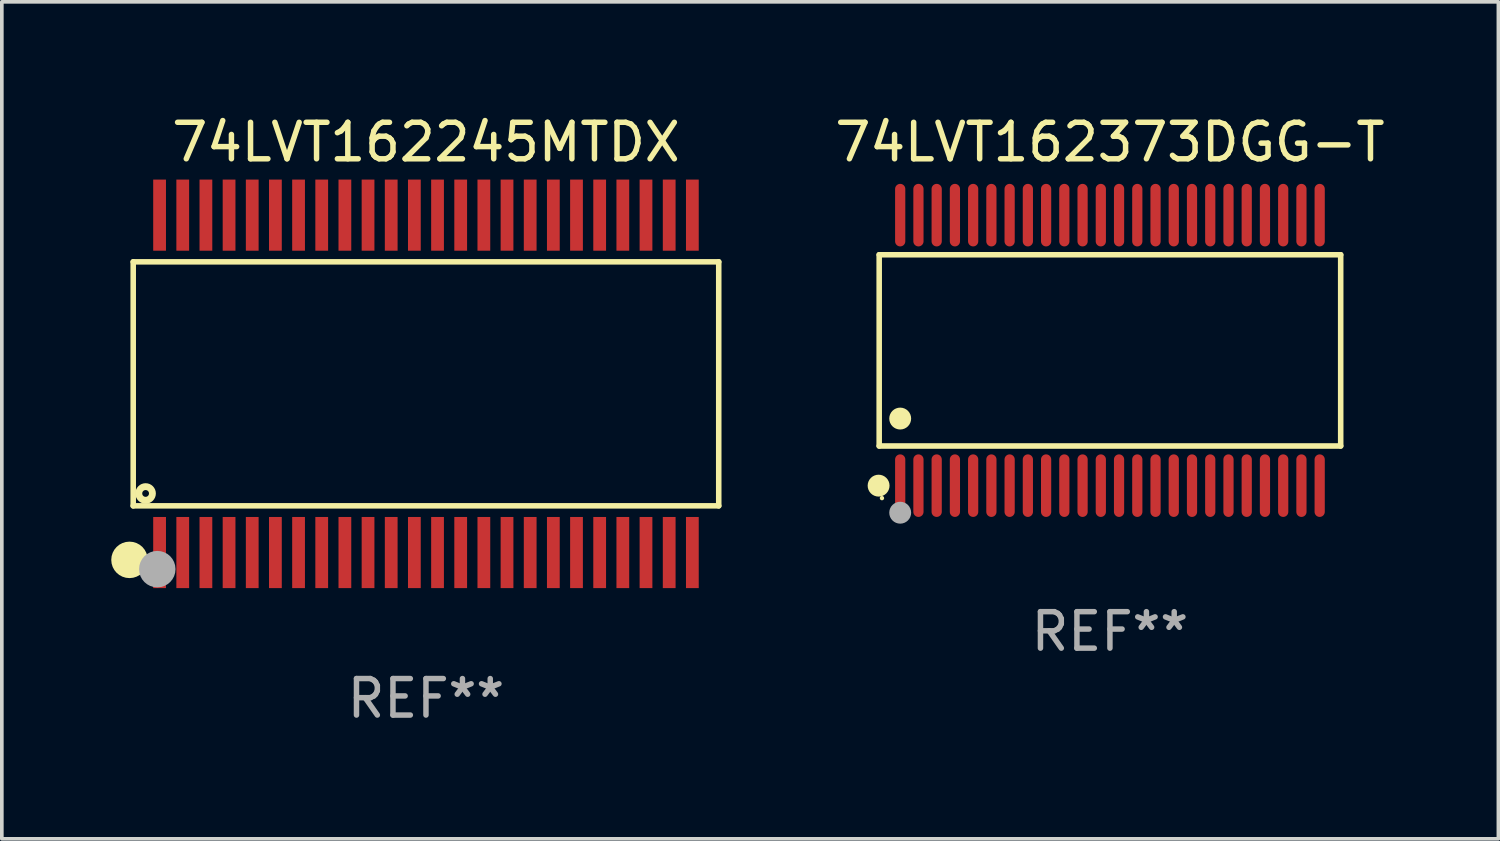
<source format=kicad_pcb>
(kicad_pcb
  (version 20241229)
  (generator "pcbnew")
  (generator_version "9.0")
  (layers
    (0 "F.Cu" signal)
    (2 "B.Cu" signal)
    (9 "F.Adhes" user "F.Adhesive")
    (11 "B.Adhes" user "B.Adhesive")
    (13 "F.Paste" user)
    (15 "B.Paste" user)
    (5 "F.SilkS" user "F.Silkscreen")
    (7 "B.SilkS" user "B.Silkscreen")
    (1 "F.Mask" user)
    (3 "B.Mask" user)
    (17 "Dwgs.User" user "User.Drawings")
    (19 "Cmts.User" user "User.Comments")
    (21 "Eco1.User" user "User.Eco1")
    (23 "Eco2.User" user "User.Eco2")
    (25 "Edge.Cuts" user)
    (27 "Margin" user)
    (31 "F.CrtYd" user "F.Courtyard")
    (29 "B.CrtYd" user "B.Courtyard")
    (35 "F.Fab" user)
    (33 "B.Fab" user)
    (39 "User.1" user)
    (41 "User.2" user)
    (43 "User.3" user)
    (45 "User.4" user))
  (footprint "74LVT162245MTDX"
    (layer "F.Cu")
    (at 8.628 7.473)
    (property "Reference" "74LVT162245MTDX" (at 0 -6.625 0) (layer "F.SilkS") (effects (font (size 1 1) (thickness 0.15))))
    (attr through_hole)
    (fp_line (start -8.026 -3.345) (end 8.026 -3.345) (stroke (width 0.152) (type solid)) (layer "F.SilkS"))
    (fp_line (start -8.026 3.345) (end -8.026 -3.345) (stroke (width 0.152) (type solid)) (layer "F.SilkS"))
    (fp_line (start 8.026 -3.345) (end 8.026 3.345) (stroke (width 0.152) (type solid)) (layer "F.SilkS"))
    (fp_line (start 8.026 3.345) (end -8.026 3.345) (stroke (width 0.152) (type solid)) (layer "F.SilkS"))
    (fp_circle (center -8.128 4.826) (end -7.878 4.826) (stroke (width 0.5) (type solid)) (fill no) (layer "F.SilkS"))
    (fp_circle (center -7.95 5.15) (end -7.92 5.15) (stroke (width 0.06) (type solid)) (fill no) (layer "F.SilkS"))
    (fp_circle (center -7.686 3.005) (end -7.593 3.005) (stroke (width 0.188) (type solid)) (fill no) (layer "F.SilkS"))
    (fp_circle (center -7.366 5.08) (end -7.116 5.08) (stroke (width 0.5) (type solid)) (fill no) (layer "F.Fab"))
    (fp_text user "REF**" (at 0 8.625 0) (layer "F.Fab") (effects (font (size 1 1) (thickness 0.15))))
    (pad "1" smd rect (at -7.303 4.625) (size 0.35 1.95) (layers "F.Cu" "F.Mask" "F.Paste"))
    (pad "2" smd rect (at -6.668 4.625) (size 0.35 1.95) (layers "F.Cu" "F.Mask" "F.Paste"))
    (pad "3" smd rect (at -6.033 4.625) (size 0.35 1.95) (layers "F.Cu" "F.Mask" "F.Paste"))
    (pad "4" smd rect (at -5.398 4.625) (size 0.35 1.95) (layers "F.Cu" "F.Mask" "F.Paste"))
    (pad "5" smd rect (at -4.763 4.625) (size 0.35 1.95) (layers "F.Cu" "F.Mask" "F.Paste"))
    (pad "6" smd rect (at -4.128 4.625) (size 0.35 1.95) (layers "F.Cu" "F.Mask" "F.Paste"))
    (pad "7" smd rect (at -3.493 4.625) (size 0.35 1.95) (layers "F.Cu" "F.Mask" "F.Paste"))
    (pad "8" smd rect (at -2.858 4.625) (size 0.35 1.95) (layers "F.Cu" "F.Mask" "F.Paste"))
    (pad "9" smd rect (at -2.223 4.625) (size 0.35 1.95) (layers "F.Cu" "F.Mask" "F.Paste"))
    (pad "10" smd rect (at -1.588 4.625) (size 0.35 1.95) (layers "F.Cu" "F.Mask" "F.Paste"))
    (pad "11" smd rect (at -0.953 4.625) (size 0.35 1.95) (layers "F.Cu" "F.Mask" "F.Paste"))
    (pad "12" smd rect (at -0.318 4.625) (size 0.35 1.95) (layers "F.Cu" "F.Mask" "F.Paste"))
    (pad "13" smd rect (at 0.317 4.625) (size 0.35 1.95) (layers "F.Cu" "F.Mask" "F.Paste"))
    (pad "14" smd rect (at 0.952 4.625) (size 0.35 1.95) (layers "F.Cu" "F.Mask" "F.Paste"))
    (pad "15" smd rect (at 1.587 4.625) (size 0.35 1.95) (layers "F.Cu" "F.Mask" "F.Paste"))
    (pad "16" smd rect (at 2.222 4.625) (size 0.35 1.95) (layers "F.Cu" "F.Mask" "F.Paste"))
    (pad "17" smd rect (at 2.857 4.625) (size 0.35 1.95) (layers "F.Cu" "F.Mask" "F.Paste"))
    (pad "18" smd rect (at 3.492 4.625) (size 0.35 1.95) (layers "F.Cu" "F.Mask" "F.Paste"))
    (pad "19" smd rect (at 4.127 4.625) (size 0.35 1.95) (layers "F.Cu" "F.Mask" "F.Paste"))
    (pad "20" smd rect (at 4.762 4.625) (size 0.35 1.95) (layers "F.Cu" "F.Mask" "F.Paste"))
    (pad "21" smd rect (at 5.397 4.625) (size 0.35 1.95) (layers "F.Cu" "F.Mask" "F.Paste"))
    (pad "22" smd rect (at 6.032 4.625) (size 0.35 1.95) (layers "F.Cu" "F.Mask" "F.Paste"))
    (pad "23" smd rect (at 6.668 4.625) (size 0.35 1.95) (layers "F.Cu" "F.Mask" "F.Paste"))
    (pad "24" smd rect (at 7.303 4.625) (size 0.35 1.95) (layers "F.Cu" "F.Mask" "F.Paste"))
    (pad "25" smd rect (at 7.303 -4.625) (size 0.35 1.95) (layers "F.Cu" "F.Mask" "F.Paste"))
    (pad "26" smd rect (at 6.668 -4.625) (size 0.35 1.95) (layers "F.Cu" "F.Mask" "F.Paste"))
    (pad "27" smd rect (at 6.032 -4.625) (size 0.35 1.95) (layers "F.Cu" "F.Mask" "F.Paste"))
    (pad "28" smd rect (at 5.397 -4.625) (size 0.35 1.95) (layers "F.Cu" "F.Mask" "F.Paste"))
    (pad "29" smd rect (at 4.762 -4.625) (size 0.35 1.95) (layers "F.Cu" "F.Mask" "F.Paste"))
    (pad "30" smd rect (at 4.127 -4.625) (size 0.35 1.95) (layers "F.Cu" "F.Mask" "F.Paste"))
    (pad "31" smd rect (at 3.492 -4.625) (size 0.35 1.95) (layers "F.Cu" "F.Mask" "F.Paste"))
    (pad "32" smd rect (at 2.857 -4.625) (size 0.35 1.95) (layers "F.Cu" "F.Mask" "F.Paste"))
    (pad "33" smd rect (at 2.222 -4.625) (size 0.35 1.95) (layers "F.Cu" "F.Mask" "F.Paste"))
    (pad "34" smd rect (at 1.587 -4.625) (size 0.35 1.95) (layers "F.Cu" "F.Mask" "F.Paste"))
    (pad "35" smd rect (at 0.952 -4.625) (size 0.35 1.95) (layers "F.Cu" "F.Mask" "F.Paste"))
    (pad "36" smd rect (at 0.317 -4.625) (size 0.35 1.95) (layers "F.Cu" "F.Mask" "F.Paste"))
    (pad "37" smd rect (at -0.318 -4.625) (size 0.35 1.95) (layers "F.Cu" "F.Mask" "F.Paste"))
    (pad "38" smd rect (at -0.953 -4.625) (size 0.35 1.95) (layers "F.Cu" "F.Mask" "F.Paste"))
    (pad "39" smd rect (at -1.588 -4.625) (size 0.35 1.95) (layers "F.Cu" "F.Mask" "F.Paste"))
    (pad "40" smd rect (at -2.223 -4.625) (size 0.35 1.95) (layers "F.Cu" "F.Mask" "F.Paste"))
    (pad "41" smd rect (at -2.858 -4.625) (size 0.35 1.95) (layers "F.Cu" "F.Mask" "F.Paste"))
    (pad "42" smd rect (at -3.493 -4.625) (size 0.35 1.95) (layers "F.Cu" "F.Mask" "F.Paste"))
    (pad "43" smd rect (at -4.128 -4.625) (size 0.35 1.95) (layers "F.Cu" "F.Mask" "F.Paste"))
    (pad "44" smd rect (at -4.763 -4.625) (size 0.35 1.95) (layers "F.Cu" "F.Mask" "F.Paste"))
    (pad "45" smd rect (at -5.398 -4.625) (size 0.35 1.95) (layers "F.Cu" "F.Mask" "F.Paste"))
    (pad "46" smd rect (at -6.033 -4.625) (size 0.35 1.95) (layers "F.Cu" "F.Mask" "F.Paste"))
    (pad "47" smd rect (at -6.668 -4.625) (size 0.35 1.95) (layers "F.Cu" "F.Mask" "F.Paste"))
    (pad "48" smd rect (at -7.303 -4.625) (size 0.35 1.95) (layers "F.Cu" "F.Mask" "F.Paste")))
  (footprint "74LVT162373DGG-T"
    (layer "F.Cu")
    (at 27.379 6.556)
    (property "Reference" "74LVT162373DGG-T" (at 0 -5.708 0) (layer "F.SilkS") (effects (font (size 1 1) (thickness 0.15))))
    (attr through_hole)
    (fp_line (start -6.326 -2.622) (end 6.326 -2.622) (stroke (width 0.152) (type solid)) (layer "F.SilkS"))
    (fp_line (start -6.326 2.621) (end -6.326 -2.622) (stroke (width 0.152) (type solid)) (layer "F.SilkS"))
    (fp_line (start 6.326 -2.622) (end 6.326 2.621) (stroke (width 0.152) (type solid)) (layer "F.SilkS"))
    (fp_line (start 6.326 2.621) (end -6.326 2.621) (stroke (width 0.152) (type solid)) (layer "F.SilkS"))
    (fp_circle (center -6.342 3.708) (end -6.192 3.708) (stroke (width 0.3) (type solid)) (fill no) (layer "F.SilkS"))
    (fp_circle (center -6.25 4.05) (end -6.22 4.05) (stroke (width 0.06) (type solid)) (fill no) (layer "F.SilkS"))
    (fp_circle (center -5.75 1.869) (end -5.6 1.869) (stroke (width 0.3) (type solid)) (fill no) (layer "F.SilkS"))
    (fp_circle (center -5.75 4.45) (end -5.6 4.45) (stroke (width 0.3) (type solid)) (fill no) (layer "F.Fab"))
    (fp_text user "REF**" (at 0 7.708 0) (layer "F.Fab") (effects (font (size 1 1) (thickness 0.15))))
    (pad "1" smd oval (at -5.75 3.708) (size 0.28 1.715) (layers "F.Cu" "F.Mask" "F.Paste"))
    (pad "2" smd oval (at -5.25 3.708) (size 0.28 1.715) (layers "F.Cu" "F.Mask" "F.Paste"))
    (pad "3" smd oval (at -4.75 3.708) (size 0.28 1.715) (layers "F.Cu" "F.Mask" "F.Paste"))
    (pad "4" smd oval (at -4.25 3.708) (size 0.28 1.715) (layers "F.Cu" "F.Mask" "F.Paste"))
    (pad "5" smd oval (at -3.75 3.708) (size 0.28 1.715) (layers "F.Cu" "F.Mask" "F.Paste"))
    (pad "6" smd oval (at -3.25 3.708) (size 0.28 1.715) (layers "F.Cu" "F.Mask" "F.Paste"))
    (pad "7" smd oval (at -2.75 3.708) (size 0.28 1.715) (layers "F.Cu" "F.Mask" "F.Paste"))
    (pad "8" smd oval (at -2.25 3.708) (size 0.28 1.715) (layers "F.Cu" "F.Mask" "F.Paste"))
    (pad "9" smd oval (at -1.75 3.708) (size 0.28 1.715) (layers "F.Cu" "F.Mask" "F.Paste"))
    (pad "10" smd oval (at -1.25 3.708) (size 0.28 1.715) (layers "F.Cu" "F.Mask" "F.Paste"))
    (pad "11" smd oval (at -0.75 3.708) (size 0.28 1.715) (layers "F.Cu" "F.Mask" "F.Paste"))
    (pad "12" smd oval (at -0.25 3.708) (size 0.28 1.715) (layers "F.Cu" "F.Mask" "F.Paste"))
    (pad "13" smd oval (at 0.25 3.708) (size 0.28 1.715) (layers "F.Cu" "F.Mask" "F.Paste"))
    (pad "14" smd oval (at 0.75 3.708) (size 0.28 1.715) (layers "F.Cu" "F.Mask" "F.Paste"))
    (pad "15" smd oval (at 1.25 3.708) (size 0.28 1.715) (layers "F.Cu" "F.Mask" "F.Paste"))
    (pad "16" smd oval (at 1.75 3.708) (size 0.28 1.715) (layers "F.Cu" "F.Mask" "F.Paste"))
    (pad "17" smd oval (at 2.25 3.708) (size 0.28 1.715) (layers "F.Cu" "F.Mask" "F.Paste"))
    (pad "18" smd oval (at 2.75 3.708) (size 0.28 1.715) (layers "F.Cu" "F.Mask" "F.Paste"))
    (pad "19" smd oval (at 3.25 3.708) (size 0.28 1.715) (layers "F.Cu" "F.Mask" "F.Paste"))
    (pad "20" smd oval (at 3.75 3.708) (size 0.28 1.715) (layers "F.Cu" "F.Mask" "F.Paste"))
    (pad "21" smd oval (at 4.25 3.708) (size 0.28 1.715) (layers "F.Cu" "F.Mask" "F.Paste"))
    (pad "22" smd oval (at 4.75 3.708) (size 0.28 1.715) (layers "F.Cu" "F.Mask" "F.Paste"))
    (pad "23" smd oval (at 5.25 3.708) (size 0.28 1.715) (layers "F.Cu" "F.Mask" "F.Paste"))
    (pad "24" smd oval (at 5.75 3.708) (size 0.28 1.715) (layers "F.Cu" "F.Mask" "F.Paste"))
    (pad "25" smd oval (at 5.75 -3.708) (size 0.28 1.715) (layers "F.Cu" "F.Mask" "F.Paste"))
    (pad "26" smd oval (at 5.25 -3.708) (size 0.28 1.715) (layers "F.Cu" "F.Mask" "F.Paste"))
    (pad "27" smd oval (at 4.75 -3.708) (size 0.28 1.715) (layers "F.Cu" "F.Mask" "F.Paste"))
    (pad "28" smd oval (at 4.25 -3.708) (size 0.28 1.715) (layers "F.Cu" "F.Mask" "F.Paste"))
    (pad "29" smd oval (at 3.75 -3.708) (size 0.28 1.715) (layers "F.Cu" "F.Mask" "F.Paste"))
    (pad "30" smd oval (at 3.25 -3.708) (size 0.28 1.715) (layers "F.Cu" "F.Mask" "F.Paste"))
    (pad "31" smd oval (at 2.75 -3.708) (size 0.28 1.715) (layers "F.Cu" "F.Mask" "F.Paste"))
    (pad "32" smd oval (at 2.25 -3.708) (size 0.28 1.715) (layers "F.Cu" "F.Mask" "F.Paste"))
    (pad "33" smd oval (at 1.75 -3.708) (size 0.28 1.715) (layers "F.Cu" "F.Mask" "F.Paste"))
    (pad "34" smd oval (at 1.25 -3.708) (size 0.28 1.715) (layers "F.Cu" "F.Mask" "F.Paste"))
    (pad "35" smd oval (at 0.75 -3.708) (size 0.28 1.715) (layers "F.Cu" "F.Mask" "F.Paste"))
    (pad "36" smd oval (at 0.25 -3.708) (size 0.28 1.715) (layers "F.Cu" "F.Mask" "F.Paste"))
    (pad "37" smd oval (at -0.25 -3.708) (size 0.28 1.715) (layers "F.Cu" "F.Mask" "F.Paste"))
    (pad "38" smd oval (at -0.75 -3.708) (size 0.28 1.715) (layers "F.Cu" "F.Mask" "F.Paste"))
    (pad "39" smd oval (at -1.25 -3.708) (size 0.28 1.715) (layers "F.Cu" "F.Mask" "F.Paste"))
    (pad "40" smd oval (at -1.75 -3.708) (size 0.28 1.715) (layers "F.Cu" "F.Mask" "F.Paste"))
    (pad "41" smd oval (at -2.25 -3.708) (size 0.28 1.715) (layers "F.Cu" "F.Mask" "F.Paste"))
    (pad "42" smd oval (at -2.75 -3.708) (size 0.28 1.715) (layers "F.Cu" "F.Mask" "F.Paste"))
    (pad "43" smd oval (at -3.25 -3.708) (size 0.28 1.715) (layers "F.Cu" "F.Mask" "F.Paste"))
    (pad "44" smd oval (at -3.75 -3.708) (size 0.28 1.715) (layers "F.Cu" "F.Mask" "F.Paste"))
    (pad "45" smd oval (at -4.25 -3.708) (size 0.28 1.715) (layers "F.Cu" "F.Mask" "F.Paste"))
    (pad "46" smd oval (at -4.75 -3.708) (size 0.28 1.715) (layers "F.Cu" "F.Mask" "F.Paste"))
    (pad "47" smd oval (at -5.25 -3.708) (size 0.28 1.715) (layers "F.Cu" "F.Mask" "F.Paste"))
    (pad "48" smd oval (at -5.75 -3.708) (size 0.28 1.715) (layers "F.Cu" "F.Mask" "F.Paste")))
  (gr_rect
    (start -3 -3)
    (end 38.028 19.947)
    (stroke (width 0.1) (type default))
    (fill no)
    (layer "Edge.Cuts")))
</source>
